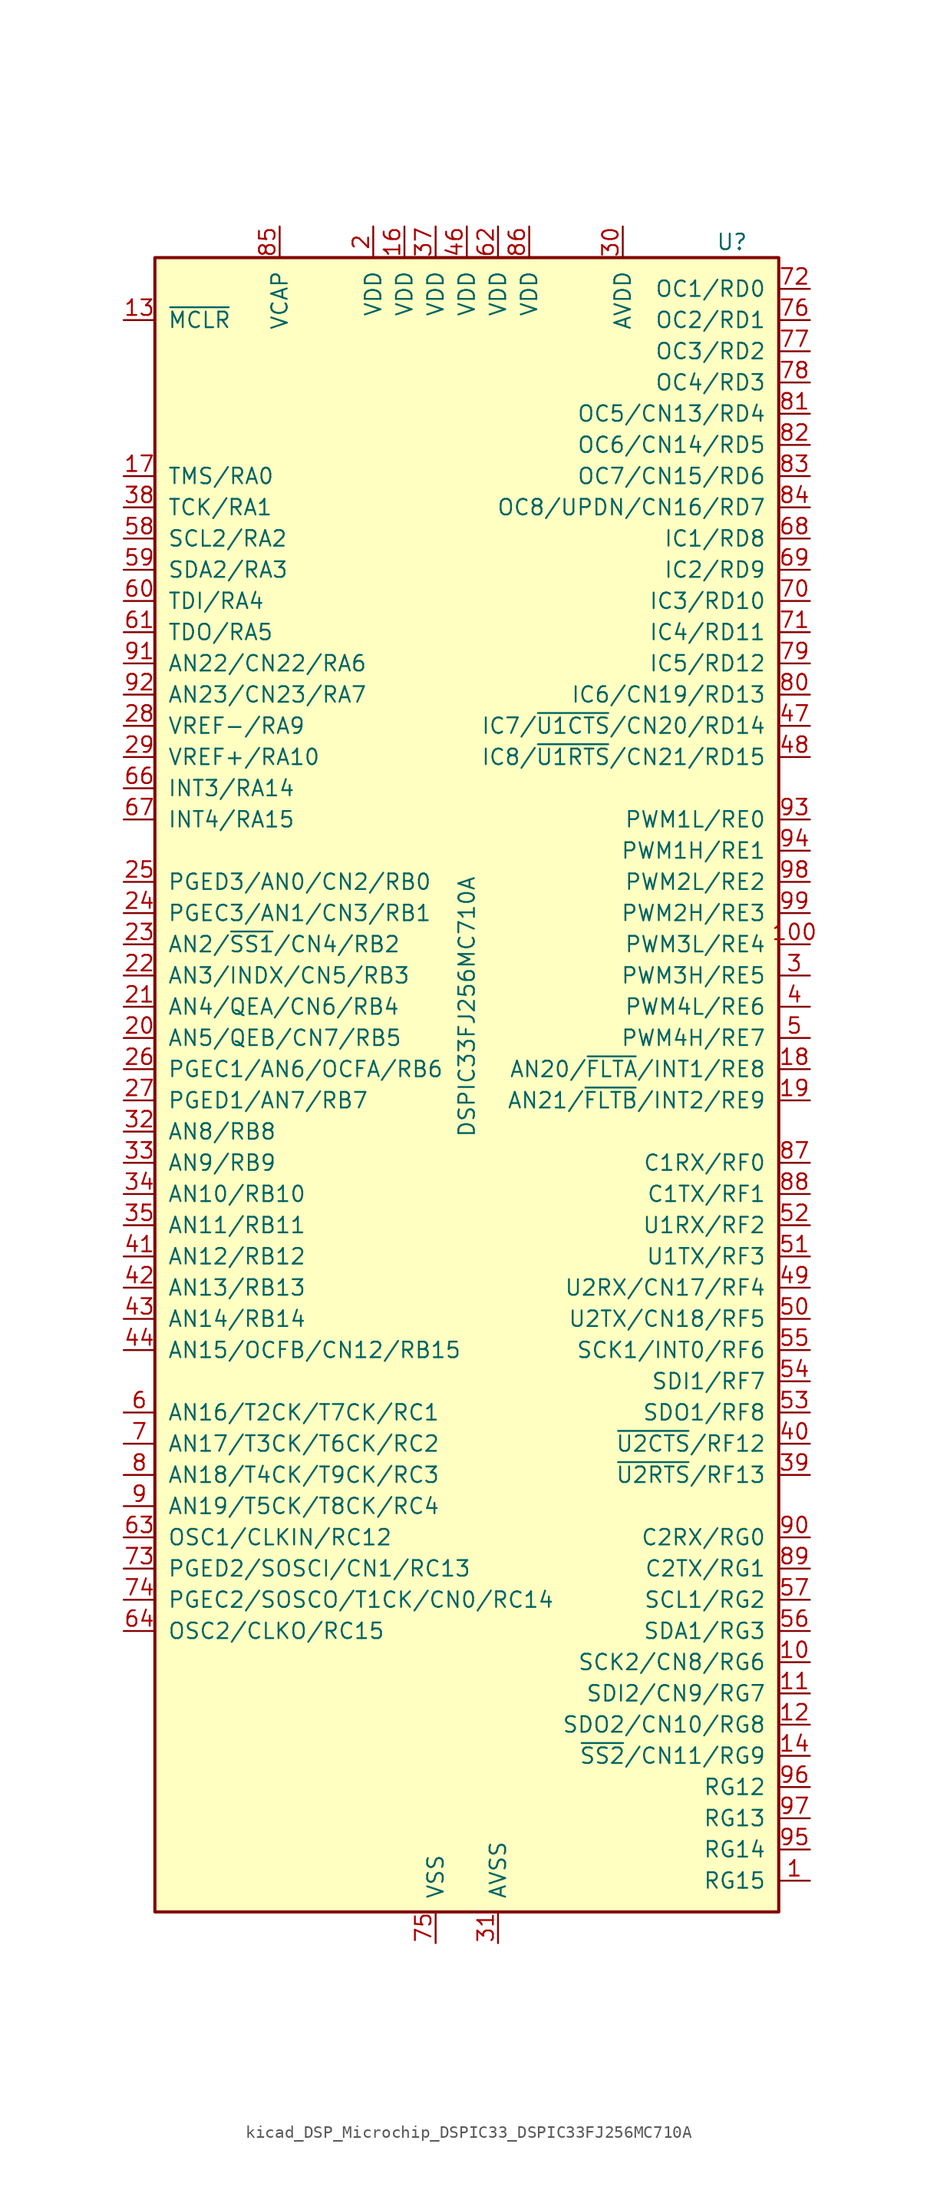
<source format=kicad_sym>
(kicad_symbol_lib
  (version 20220914)
  (generator kicad_symbol_editor)
  (symbol "kicad_DSP_Microchip_DSPIC33_DSPIC33FJ256MC710A"
    (pin_names
      (offset 1.016))
    (property "Reference" "U"
      (at 21.59 69.85 0)
      (effects (font (size 1.27 1.27))))
    (property "Value" "DSPIC33FJ256MC710A"
      (at 0 7.62 90)
      (effects (font (size 1.27 1.27))))
    (symbol "kicad_DSP_Microchip_DSPIC33_DSPIC33FJ256MC710A_0_1"
      (rectangle (start -25.4 68.58) (end 25.4 -66.04) (stroke (width 0.254) (type default)) (fill (type background))))
    (symbol "kicad_DSP_Microchip_DSPIC33_DSPIC33FJ256MC710A_1_1"
      (pin bidirectional line (at 27.94 -63.5 180) (length 2.54) (name "RG15" (effects (font (size 1.27 1.27)))) (number "1" (effects (font (size 1.27 1.27)))))
      (pin bidirectional line (at 27.94 -45.72 180) (length 2.54) (name "SCK2/CN8/RG6" (effects (font (size 1.27 1.27)))) (number "10" (effects (font (size 1.27 1.27)))))
      (pin bidirectional line (at 27.94 12.7 180) (length 2.54) (name "PWM3L/RE4" (effects (font (size 1.27 1.27)))) (number "100" (effects (font (size 1.27 1.27)))))
      (pin bidirectional line (at 27.94 -48.26 180) (length 2.54) (name "SDI2/CN9/RG7" (effects (font (size 1.27 1.27)))) (number "11" (effects (font (size 1.27 1.27)))))
      (pin bidirectional line (at 27.94 -50.8 180) (length 2.54) (name "SDO2/CN10/RG8" (effects (font (size 1.27 1.27)))) (number "12" (effects (font (size 1.27 1.27)))))
      (pin input line (at -27.94 63.5 0) (length 2.54) (name "~{MCLR}" (effects (font (size 1.27 1.27)))) (number "13" (effects (font (size 1.27 1.27)))))
      (pin bidirectional line (at 27.94 -53.34 180) (length 2.54) (name "~{SS2}/CN11/RG9" (effects (font (size 1.27 1.27)))) (number "14" (effects (font (size 1.27 1.27)))))
      (pin passive line (at -2.54 -68.58 90) (length 2.54) hide (name "VSS" (effects (font (size 1.27 1.27)))) (number "15" (effects (font (size 1.27 1.27)))))
      (pin power_in line (at -5.08 71.12 270) (length 2.54) (name "VDD" (effects (font (size 1.27 1.27)))) (number "16" (effects (font (size 1.27 1.27)))))
      (pin bidirectional line (at -27.94 50.8 0) (length 2.54) (name "TMS/RA0" (effects (font (size 1.27 1.27)))) (number "17" (effects (font (size 1.27 1.27)))))
      (pin bidirectional line (at 27.94 2.54 180) (length 2.54) (name "AN20/~{FLTA}/INT1/RE8" (effects (font (size 1.27 1.27)))) (number "18" (effects (font (size 1.27 1.27)))))
      (pin bidirectional line (at 27.94 0 180) (length 2.54) (name "AN21/~{FLTB}/INT2/RE9" (effects (font (size 1.27 1.27)))) (number "19" (effects (font (size 1.27 1.27)))))
      (pin power_in line (at -7.62 71.12 270) (length 2.54) (name "VDD" (effects (font (size 1.27 1.27)))) (number "2" (effects (font (size 1.27 1.27)))))
      (pin bidirectional line (at -27.94 5.08 0) (length 2.54) (name "AN5/QEB/CN7/RB5" (effects (font (size 1.27 1.27)))) (number "20" (effects (font (size 1.27 1.27)))))
      (pin bidirectional line (at -27.94 7.62 0) (length 2.54) (name "AN4/QEA/CN6/RB4" (effects (font (size 1.27 1.27)))) (number "21" (effects (font (size 1.27 1.27)))))
      (pin bidirectional line (at -27.94 10.16 0) (length 2.54) (name "AN3/INDX/CN5/RB3" (effects (font (size 1.27 1.27)))) (number "22" (effects (font (size 1.27 1.27)))))
      (pin bidirectional line (at -27.94 12.7 0) (length 2.54) (name "AN2/~{SS1}/CN4/RB2" (effects (font (size 1.27 1.27)))) (number "23" (effects (font (size 1.27 1.27)))))
      (pin bidirectional line (at -27.94 15.24 0) (length 2.54) (name "PGEC3/AN1/CN3/RB1" (effects (font (size 1.27 1.27)))) (number "24" (effects (font (size 1.27 1.27)))))
      (pin bidirectional line (at -27.94 17.78 0) (length 2.54) (name "PGED3/AN0/CN2/RB0" (effects (font (size 1.27 1.27)))) (number "25" (effects (font (size 1.27 1.27)))))
      (pin bidirectional line (at -27.94 2.54 0) (length 2.54) (name "PGEC1/AN6/OCFA/RB6" (effects (font (size 1.27 1.27)))) (number "26" (effects (font (size 1.27 1.27)))))
      (pin bidirectional line (at -27.94 0 0) (length 2.54) (name "PGED1/AN7/RB7" (effects (font (size 1.27 1.27)))) (number "27" (effects (font (size 1.27 1.27)))))
      (pin bidirectional line (at -27.94 30.48 0) (length 2.54) (name "VREF-/RA9" (effects (font (size 1.27 1.27)))) (number "28" (effects (font (size 1.27 1.27)))))
      (pin bidirectional line (at -27.94 27.94 0) (length 2.54) (name "VREF+/RA10" (effects (font (size 1.27 1.27)))) (number "29" (effects (font (size 1.27 1.27)))))
      (pin bidirectional line (at 27.94 10.16 180) (length 2.54) (name "PWM3H/RE5" (effects (font (size 1.27 1.27)))) (number "3" (effects (font (size 1.27 1.27)))))
      (pin power_in line (at 12.7 71.12 270) (length 2.54) (name "AVDD" (effects (font (size 1.27 1.27)))) (number "30" (effects (font (size 1.27 1.27)))))
      (pin power_in line (at 2.54 -68.58 90) (length 2.54) (name "AVSS" (effects (font (size 1.27 1.27)))) (number "31" (effects (font (size 1.27 1.27)))))
      (pin bidirectional line (at -27.94 -2.54 0) (length 2.54) (name "AN8/RB8" (effects (font (size 1.27 1.27)))) (number "32" (effects (font (size 1.27 1.27)))))
      (pin bidirectional line (at -27.94 -5.08 0) (length 2.54) (name "AN9/RB9" (effects (font (size 1.27 1.27)))) (number "33" (effects (font (size 1.27 1.27)))))
      (pin bidirectional line (at -27.94 -7.62 0) (length 2.54) (name "AN10/RB10" (effects (font (size 1.27 1.27)))) (number "34" (effects (font (size 1.27 1.27)))))
      (pin bidirectional line (at -27.94 -10.16 0) (length 2.54) (name "AN11/RB11" (effects (font (size 1.27 1.27)))) (number "35" (effects (font (size 1.27 1.27)))))
      (pin passive line (at -2.54 -68.58 90) (length 2.54) hide (name "VSS" (effects (font (size 1.27 1.27)))) (number "36" (effects (font (size 1.27 1.27)))))
      (pin power_in line (at -2.54 71.12 270) (length 2.54) (name "VDD" (effects (font (size 1.27 1.27)))) (number "37" (effects (font (size 1.27 1.27)))))
      (pin bidirectional line (at -27.94 48.26 0) (length 2.54) (name "TCK/RA1" (effects (font (size 1.27 1.27)))) (number "38" (effects (font (size 1.27 1.27)))))
      (pin bidirectional line (at 27.94 -30.48 180) (length 2.54) (name "~{U2RTS}/RF13" (effects (font (size 1.27 1.27)))) (number "39" (effects (font (size 1.27 1.27)))))
      (pin bidirectional line (at 27.94 7.62 180) (length 2.54) (name "PWM4L/RE6" (effects (font (size 1.27 1.27)))) (number "4" (effects (font (size 1.27 1.27)))))
      (pin bidirectional line (at 27.94 -27.94 180) (length 2.54) (name "~{U2CTS}/RF12" (effects (font (size 1.27 1.27)))) (number "40" (effects (font (size 1.27 1.27)))))
      (pin bidirectional line (at -27.94 -12.7 0) (length 2.54) (name "AN12/RB12" (effects (font (size 1.27 1.27)))) (number "41" (effects (font (size 1.27 1.27)))))
      (pin bidirectional line (at -27.94 -15.24 0) (length 2.54) (name "AN13/RB13" (effects (font (size 1.27 1.27)))) (number "42" (effects (font (size 1.27 1.27)))))
      (pin bidirectional line (at -27.94 -17.78 0) (length 2.54) (name "AN14/RB14" (effects (font (size 1.27 1.27)))) (number "43" (effects (font (size 1.27 1.27)))))
      (pin bidirectional line (at -27.94 -20.32 0) (length 2.54) (name "AN15/OCFB/CN12/RB15" (effects (font (size 1.27 1.27)))) (number "44" (effects (font (size 1.27 1.27)))))
      (pin passive line (at -2.54 -68.58 90) (length 2.54) hide (name "VSS" (effects (font (size 1.27 1.27)))) (number "45" (effects (font (size 1.27 1.27)))))
      (pin power_in line (at 0 71.12 270) (length 2.54) (name "VDD" (effects (font (size 1.27 1.27)))) (number "46" (effects (font (size 1.27 1.27)))))
      (pin bidirectional line (at 27.94 30.48 180) (length 2.54) (name "IC7/~{U1CTS}/CN20/RD14" (effects (font (size 1.27 1.27)))) (number "47" (effects (font (size 1.27 1.27)))))
      (pin bidirectional line (at 27.94 27.94 180) (length 2.54) (name "IC8/~{U1RTS}/CN21/RD15" (effects (font (size 1.27 1.27)))) (number "48" (effects (font (size 1.27 1.27)))))
      (pin bidirectional line (at 27.94 -15.24 180) (length 2.54) (name "U2RX/CN17/RF4" (effects (font (size 1.27 1.27)))) (number "49" (effects (font (size 1.27 1.27)))))
      (pin bidirectional line (at 27.94 5.08 180) (length 2.54) (name "PWM4H/RE7" (effects (font (size 1.27 1.27)))) (number "5" (effects (font (size 1.27 1.27)))))
      (pin bidirectional line (at 27.94 -17.78 180) (length 2.54) (name "U2TX/CN18/RF5" (effects (font (size 1.27 1.27)))) (number "50" (effects (font (size 1.27 1.27)))))
      (pin bidirectional line (at 27.94 -12.7 180) (length 2.54) (name "U1TX/RF3" (effects (font (size 1.27 1.27)))) (number "51" (effects (font (size 1.27 1.27)))))
      (pin bidirectional line (at 27.94 -10.16 180) (length 2.54) (name "U1RX/RF2" (effects (font (size 1.27 1.27)))) (number "52" (effects (font (size 1.27 1.27)))))
      (pin bidirectional line (at 27.94 -25.4 180) (length 2.54) (name "SDO1/RF8" (effects (font (size 1.27 1.27)))) (number "53" (effects (font (size 1.27 1.27)))))
      (pin bidirectional line (at 27.94 -22.86 180) (length 2.54) (name "SDI1/RF7" (effects (font (size 1.27 1.27)))) (number "54" (effects (font (size 1.27 1.27)))))
      (pin bidirectional line (at 27.94 -20.32 180) (length 2.54) (name "SCK1/INT0/RF6" (effects (font (size 1.27 1.27)))) (number "55" (effects (font (size 1.27 1.27)))))
      (pin bidirectional line (at 27.94 -43.18 180) (length 2.54) (name "SDA1/RG3" (effects (font (size 1.27 1.27)))) (number "56" (effects (font (size 1.27 1.27)))))
      (pin bidirectional line (at 27.94 -40.64 180) (length 2.54) (name "SCL1/RG2" (effects (font (size 1.27 1.27)))) (number "57" (effects (font (size 1.27 1.27)))))
      (pin bidirectional line (at -27.94 45.72 0) (length 2.54) (name "SCL2/RA2" (effects (font (size 1.27 1.27)))) (number "58" (effects (font (size 1.27 1.27)))))
      (pin bidirectional line (at -27.94 43.18 0) (length 2.54) (name "SDA2/RA3" (effects (font (size 1.27 1.27)))) (number "59" (effects (font (size 1.27 1.27)))))
      (pin bidirectional line (at -27.94 -25.4 0) (length 2.54) (name "AN16/T2CK/T7CK/RC1" (effects (font (size 1.27 1.27)))) (number "6" (effects (font (size 1.27 1.27)))))
      (pin bidirectional line (at -27.94 40.64 0) (length 2.54) (name "TDI/RA4" (effects (font (size 1.27 1.27)))) (number "60" (effects (font (size 1.27 1.27)))))
      (pin bidirectional line (at -27.94 38.1 0) (length 2.54) (name "TDO/RA5" (effects (font (size 1.27 1.27)))) (number "61" (effects (font (size 1.27 1.27)))))
      (pin power_in line (at 2.54 71.12 270) (length 2.54) (name "VDD" (effects (font (size 1.27 1.27)))) (number "62" (effects (font (size 1.27 1.27)))))
      (pin bidirectional line (at -27.94 -35.56 0) (length 2.54) (name "OSC1/CLKIN/RC12" (effects (font (size 1.27 1.27)))) (number "63" (effects (font (size 1.27 1.27)))))
      (pin bidirectional line (at -27.94 -43.18 0) (length 2.54) (name "OSC2/CLKO/RC15" (effects (font (size 1.27 1.27)))) (number "64" (effects (font (size 1.27 1.27)))))
      (pin passive line (at -2.54 -68.58 90) (length 2.54) hide (name "VSS" (effects (font (size 1.27 1.27)))) (number "65" (effects (font (size 1.27 1.27)))))
      (pin bidirectional line (at -27.94 25.4 0) (length 2.54) (name "INT3/RA14" (effects (font (size 1.27 1.27)))) (number "66" (effects (font (size 1.27 1.27)))))
      (pin bidirectional line (at -27.94 22.86 0) (length 2.54) (name "INT4/RA15" (effects (font (size 1.27 1.27)))) (number "67" (effects (font (size 1.27 1.27)))))
      (pin bidirectional line (at 27.94 45.72 180) (length 2.54) (name "IC1/RD8" (effects (font (size 1.27 1.27)))) (number "68" (effects (font (size 1.27 1.27)))))
      (pin bidirectional line (at 27.94 43.18 180) (length 2.54) (name "IC2/RD9" (effects (font (size 1.27 1.27)))) (number "69" (effects (font (size 1.27 1.27)))))
      (pin bidirectional line (at -27.94 -27.94 0) (length 2.54) (name "AN17/T3CK/T6CK/RC2" (effects (font (size 1.27 1.27)))) (number "7" (effects (font (size 1.27 1.27)))))
      (pin bidirectional line (at 27.94 40.64 180) (length 2.54) (name "IC3/RD10" (effects (font (size 1.27 1.27)))) (number "70" (effects (font (size 1.27 1.27)))))
      (pin bidirectional line (at 27.94 38.1 180) (length 2.54) (name "IC4/RD11" (effects (font (size 1.27 1.27)))) (number "71" (effects (font (size 1.27 1.27)))))
      (pin bidirectional line (at 27.94 66.04 180) (length 2.54) (name "OC1/RD0" (effects (font (size 1.27 1.27)))) (number "72" (effects (font (size 1.27 1.27)))))
      (pin bidirectional line (at -27.94 -38.1 0) (length 2.54) (name "PGED2/SOSCI/CN1/RC13" (effects (font (size 1.27 1.27)))) (number "73" (effects (font (size 1.27 1.27)))))
      (pin bidirectional line (at -27.94 -40.64 0) (length 2.54) (name "PGEC2/SOSCO/T1CK/CN0/RC14" (effects (font (size 1.27 1.27)))) (number "74" (effects (font (size 1.27 1.27)))))
      (pin power_in line (at -2.54 -68.58 90) (length 2.54) (name "VSS" (effects (font (size 1.27 1.27)))) (number "75" (effects (font (size 1.27 1.27)))))
      (pin bidirectional line (at 27.94 63.5 180) (length 2.54) (name "OC2/RD1" (effects (font (size 1.27 1.27)))) (number "76" (effects (font (size 1.27 1.27)))))
      (pin bidirectional line (at 27.94 60.96 180) (length 2.54) (name "OC3/RD2" (effects (font (size 1.27 1.27)))) (number "77" (effects (font (size 1.27 1.27)))))
      (pin bidirectional line (at 27.94 58.42 180) (length 2.54) (name "OC4/RD3" (effects (font (size 1.27 1.27)))) (number "78" (effects (font (size 1.27 1.27)))))
      (pin bidirectional line (at 27.94 35.56 180) (length 2.54) (name "IC5/RD12" (effects (font (size 1.27 1.27)))) (number "79" (effects (font (size 1.27 1.27)))))
      (pin bidirectional line (at -27.94 -30.48 0) (length 2.54) (name "AN18/T4CK/T9CK/RC3" (effects (font (size 1.27 1.27)))) (number "8" (effects (font (size 1.27 1.27)))))
      (pin bidirectional line (at 27.94 33.02 180) (length 2.54) (name "IC6/CN19/RD13" (effects (font (size 1.27 1.27)))) (number "80" (effects (font (size 1.27 1.27)))))
      (pin bidirectional line (at 27.94 55.88 180) (length 2.54) (name "OC5/CN13/RD4" (effects (font (size 1.27 1.27)))) (number "81" (effects (font (size 1.27 1.27)))))
      (pin bidirectional line (at 27.94 53.34 180) (length 2.54) (name "OC6/CN14/RD5" (effects (font (size 1.27 1.27)))) (number "82" (effects (font (size 1.27 1.27)))))
      (pin bidirectional line (at 27.94 50.8 180) (length 2.54) (name "OC7/CN15/RD6" (effects (font (size 1.27 1.27)))) (number "83" (effects (font (size 1.27 1.27)))))
      (pin bidirectional line (at 27.94 48.26 180) (length 2.54) (name "OC8/UPDN/CN16/RD7" (effects (font (size 1.27 1.27)))) (number "84" (effects (font (size 1.27 1.27)))))
      (pin passive line (at -15.24 71.12 270) (length 2.54) (name "VCAP" (effects (font (size 1.27 1.27)))) (number "85" (effects (font (size 1.27 1.27)))))
      (pin power_in line (at 5.08 71.12 270) (length 2.54) (name "VDD" (effects (font (size 1.27 1.27)))) (number "86" (effects (font (size 1.27 1.27)))))
      (pin bidirectional line (at 27.94 -5.08 180) (length 2.54) (name "C1RX/RF0" (effects (font (size 1.27 1.27)))) (number "87" (effects (font (size 1.27 1.27)))))
      (pin bidirectional line (at 27.94 -7.62 180) (length 2.54) (name "C1TX/RF1" (effects (font (size 1.27 1.27)))) (number "88" (effects (font (size 1.27 1.27)))))
      (pin bidirectional line (at 27.94 -38.1 180) (length 2.54) (name "C2TX/RG1" (effects (font (size 1.27 1.27)))) (number "89" (effects (font (size 1.27 1.27)))))
      (pin bidirectional line (at -27.94 -33.02 0) (length 2.54) (name "AN19/T5CK/T8CK/RC4" (effects (font (size 1.27 1.27)))) (number "9" (effects (font (size 1.27 1.27)))))
      (pin bidirectional line (at 27.94 -35.56 180) (length 2.54) (name "C2RX/RG0" (effects (font (size 1.27 1.27)))) (number "90" (effects (font (size 1.27 1.27)))))
      (pin bidirectional line (at -27.94 35.56 0) (length 2.54) (name "AN22/CN22/RA6" (effects (font (size 1.27 1.27)))) (number "91" (effects (font (size 1.27 1.27)))))
      (pin bidirectional line (at -27.94 33.02 0) (length 2.54) (name "AN23/CN23/RA7" (effects (font (size 1.27 1.27)))) (number "92" (effects (font (size 1.27 1.27)))))
      (pin bidirectional line (at 27.94 22.86 180) (length 2.54) (name "PWM1L/RE0" (effects (font (size 1.27 1.27)))) (number "93" (effects (font (size 1.27 1.27)))))
      (pin bidirectional line (at 27.94 20.32 180) (length 2.54) (name "PWM1H/RE1" (effects (font (size 1.27 1.27)))) (number "94" (effects (font (size 1.27 1.27)))))
      (pin bidirectional line (at 27.94 -60.96 180) (length 2.54) (name "RG14" (effects (font (size 1.27 1.27)))) (number "95" (effects (font (size 1.27 1.27)))))
      (pin bidirectional line (at 27.94 -55.88 180) (length 2.54) (name "RG12" (effects (font (size 1.27 1.27)))) (number "96" (effects (font (size 1.27 1.27)))))
      (pin bidirectional line (at 27.94 -58.42 180) (length 2.54) (name "RG13" (effects (font (size 1.27 1.27)))) (number "97" (effects (font (size 1.27 1.27)))))
      (pin bidirectional line (at 27.94 17.78 180) (length 2.54) (name "PWM2L/RE2" (effects (font (size 1.27 1.27)))) (number "98" (effects (font (size 1.27 1.27)))))
      (pin bidirectional line (at 27.94 15.24 180) (length 2.54) (name "PWM2H/RE3" (effects (font (size 1.27 1.27)))) (number "99" (effects (font (size 1.27 1.27))))))))
</source>
